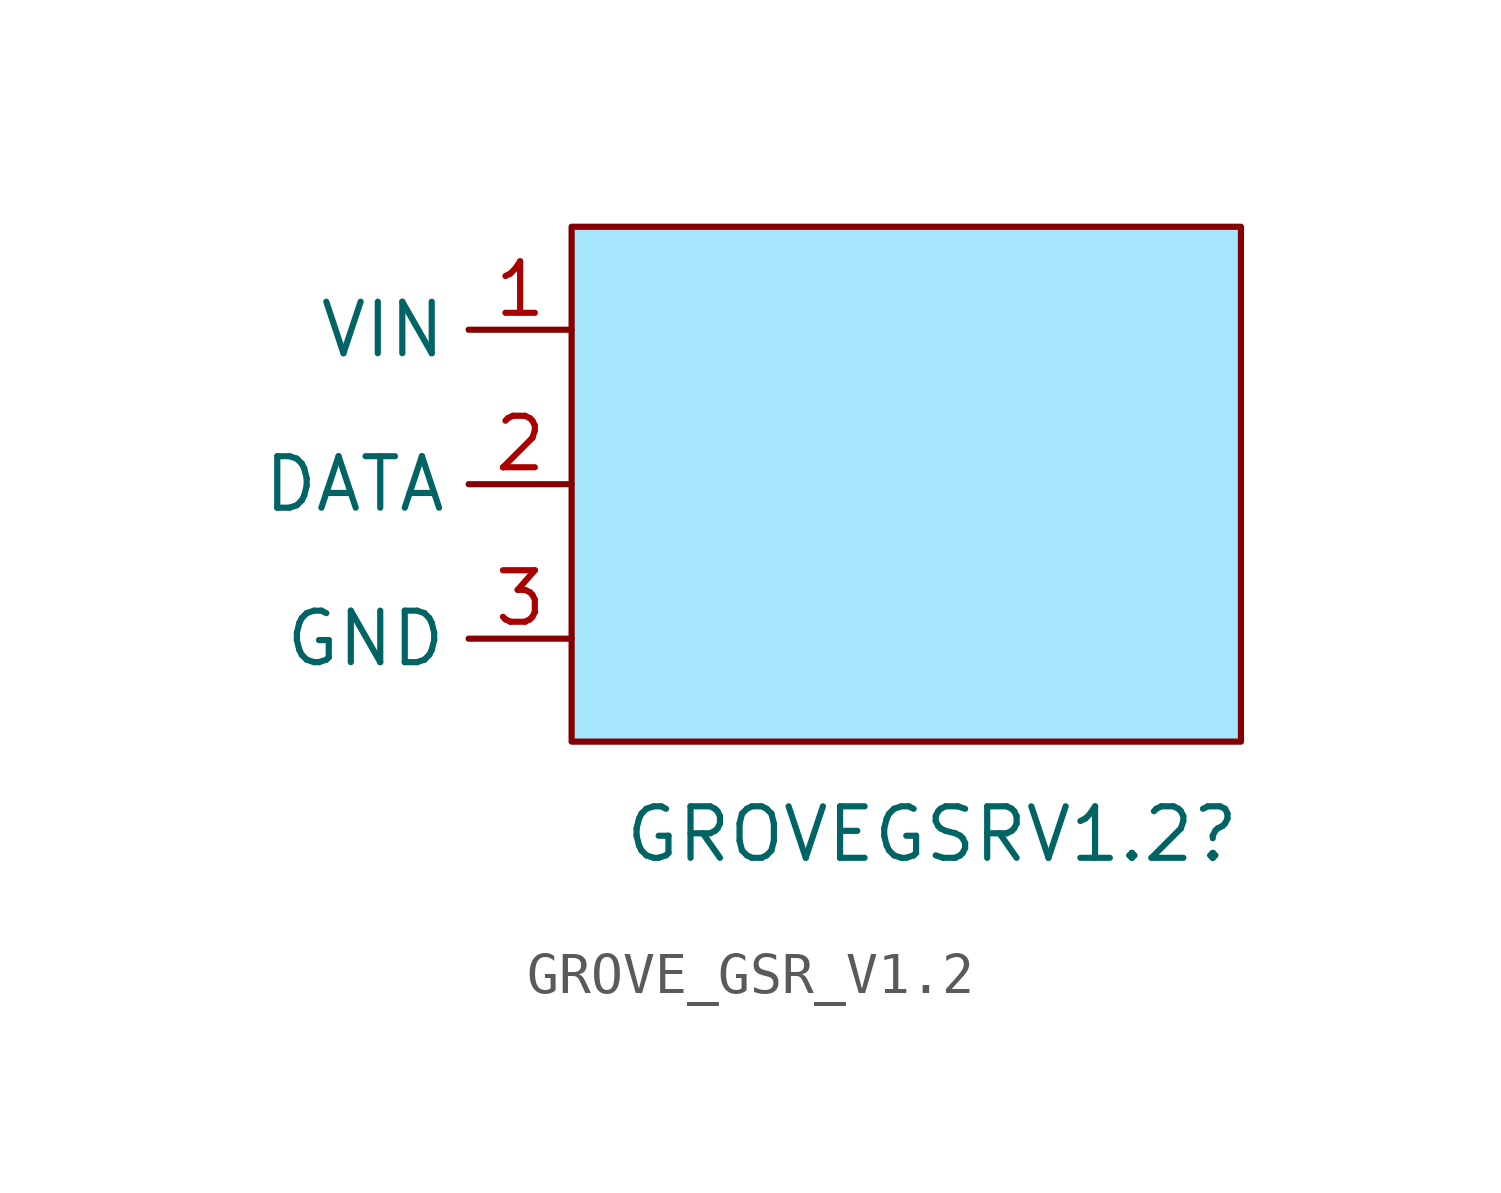
<source format=kicad_sym>
(kicad_symbol_lib
  (version 20241209)
  (generator "kicad_symbol_editor")
  (generator_version "9.0")
  (symbol "GROVE_GSR_V1.2"
    (property "Reference" "GROVEGSRV1.2"
      (at 0 -9.906 0)
      (effects (font (size 1.27 1.27))))
    (property "Value" ""
      (at 0 0 0)
      (effects (font (size 1.27 1.27))))
    (symbol "GROVE_GSR_V1.2_1_1"
      (rectangle (start -8.89 5.08) (end 7.62 -7.62) (stroke (width 0) (type solid)) (fill (type color) (color 78 206 255 0.502)))
      (pin power_in line (at -8.89 2.54 180) (length 2.54) (name "VIN" (effects (font (size 1.27 1.27)))) (number "1" (effects (font (size 1.27 1.27)))))
      (pin output line (at -8.89 -1.27 180) (length 2.54) (name "DATA" (effects (font (size 1.27 1.27)))) (number "2" (effects (font (size 1.27 1.27)))))
      (pin power_in line (at -8.89 -5.08 180) (length 2.54) (name "GND" (effects (font (size 1.27 1.27)))) (number "3" (effects (font (size 1.27 1.27))))))))
</source>
